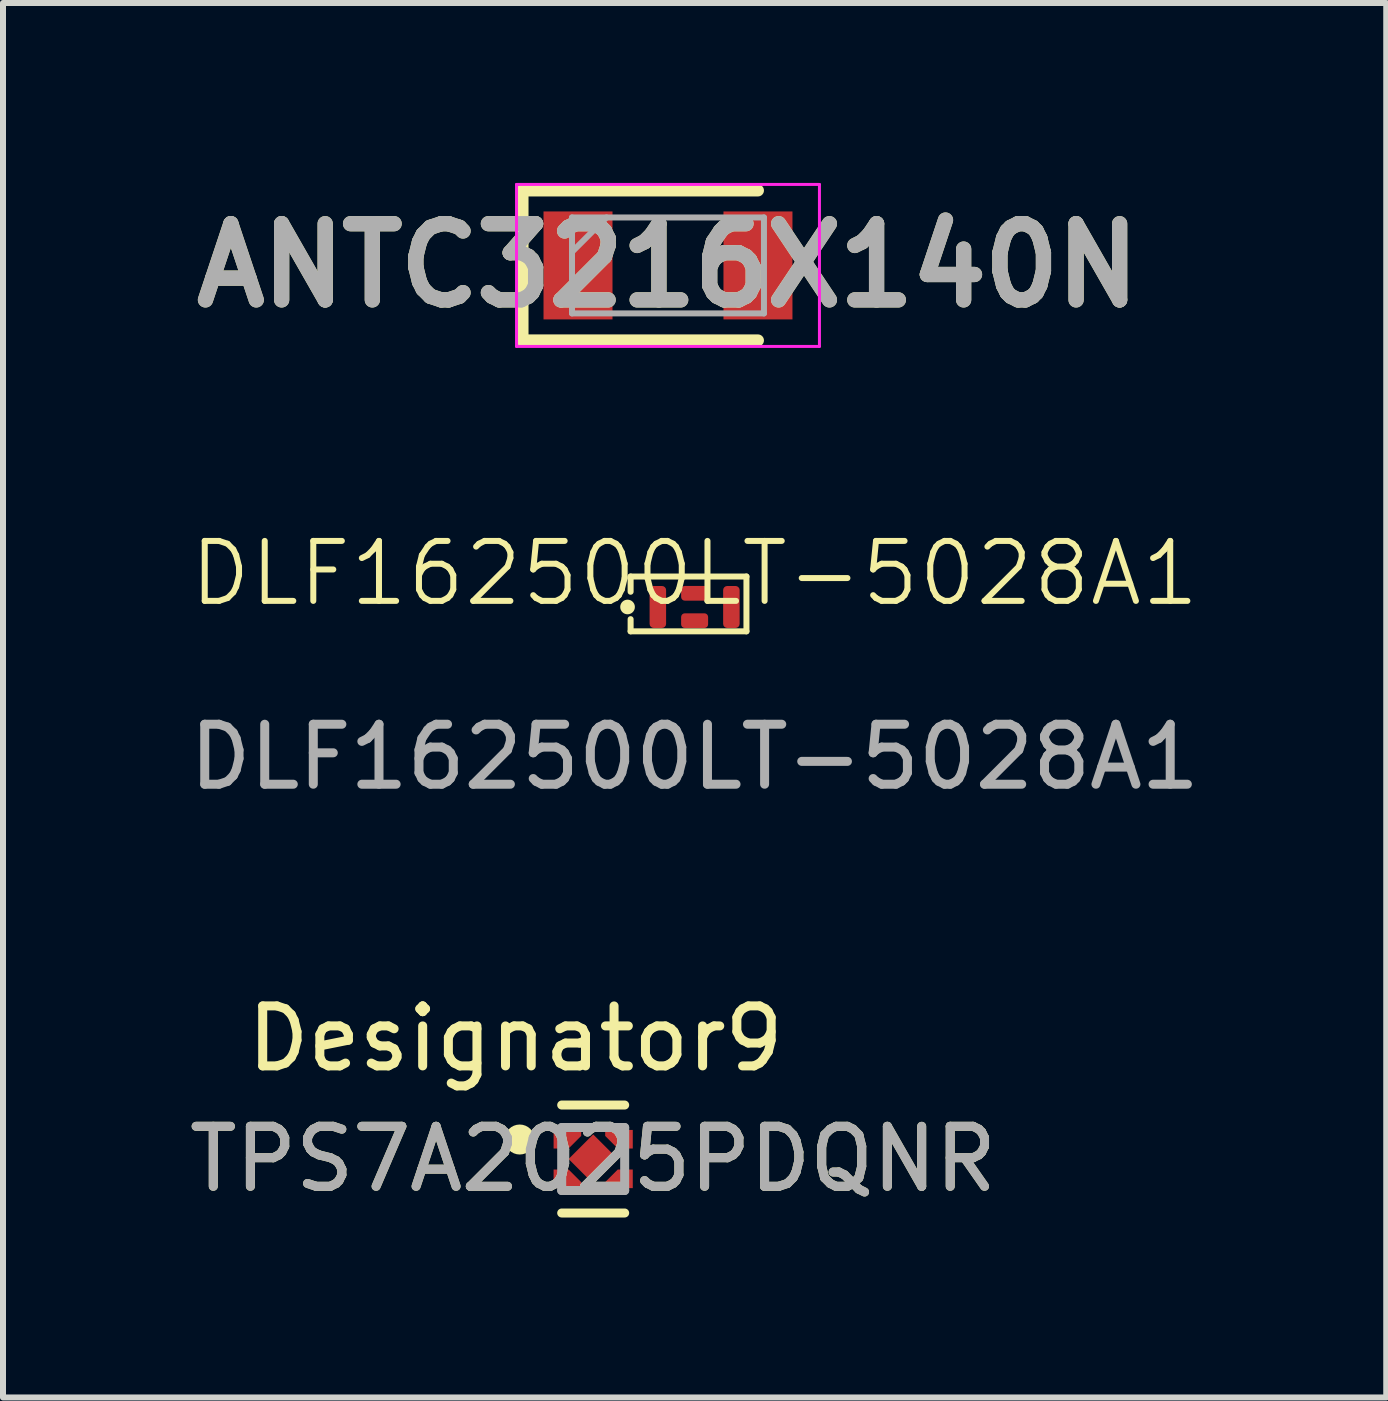
<source format=kicad_pcb>
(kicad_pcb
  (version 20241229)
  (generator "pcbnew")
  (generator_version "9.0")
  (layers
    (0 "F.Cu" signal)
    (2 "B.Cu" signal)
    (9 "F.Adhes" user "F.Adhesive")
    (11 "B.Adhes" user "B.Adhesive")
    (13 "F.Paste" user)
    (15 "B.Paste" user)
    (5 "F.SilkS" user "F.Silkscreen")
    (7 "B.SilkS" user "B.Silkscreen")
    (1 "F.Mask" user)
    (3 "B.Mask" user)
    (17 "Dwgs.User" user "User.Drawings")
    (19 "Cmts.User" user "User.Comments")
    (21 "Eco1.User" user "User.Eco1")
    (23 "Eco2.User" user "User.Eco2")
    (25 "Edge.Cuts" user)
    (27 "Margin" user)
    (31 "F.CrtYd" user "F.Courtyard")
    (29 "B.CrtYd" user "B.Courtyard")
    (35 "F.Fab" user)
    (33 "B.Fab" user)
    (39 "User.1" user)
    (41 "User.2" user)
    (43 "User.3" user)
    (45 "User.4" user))
  (footprint "DLF162500LT-5028A1"
    (layer "F.Cu")
    (at 8.53 7.069)
    (property "Reference" "DLF162500LT-5028A1" (at 0 -0.559 0) (unlocked yes) (layer "F.SilkS") (effects (font (size 1 1) (thickness 0.1))))
    (attr smd)
    (fp_line (start -1.067 -0.508) (end 0.864 -0.508) (stroke (width 0.1) (type default)) (layer "F.SilkS"))
    (fp_line (start -1.067 -0.254) (end -1.067 -0.508) (stroke (width 0.1) (type default)) (layer "F.SilkS"))
    (fp_line (start -1.067 0.406) (end -1.067 0.203) (stroke (width 0.1) (type default)) (layer "F.SilkS"))
    (fp_line (start 0.864 -0.508) (end 0.864 0.406) (stroke (width 0.1) (type default)) (layer "F.SilkS"))
    (fp_line (start 0.864 0.406) (end -1.067 0.406) (stroke (width 0.1) (type default)) (layer "F.SilkS"))
    (fp_circle (center -1.118 0) (end -1.046 0) (stroke (width 0.1) (type solid)) (fill yes) (layer "F.SilkS"))
    (fp_text user "${REFERENCE}" (at 0 2.5 0) (unlocked yes) (layer "F.Fab") (effects (font (size 1 1) (thickness 0.15))))
    (pad "1" smd roundrect (at -0.613 0) (size 0.275 0.7) (layers "F.Cu" "F.Mask" "F.Paste") (roundrect_rratio 0.25))
    (pad "2" smd roundrect (at 0 0.228) (size 0.45 0.245) (layers "F.Cu" "F.Mask" "F.Paste") (roundrect_rratio 0.25))
    (pad "3" smd roundrect (at 0.613 0) (size 0.275 0.7) (layers "F.Cu" "F.Mask" "F.Paste") (roundrect_rratio 0.25))
    (pad "4" smd roundrect (at 0 -0.228) (size 0.45 0.245) (layers "F.Cu" "F.Mask" "F.Paste") (roundrect_rratio 0.25)))
  (footprint "TPS7A2025PDQNR"
    (layer "F.Cu")
    (at 6.839 16.272)
    (property "Reference" "TPS7A2025PDQNR" (at 0 0 0) (unlocked yes) (layer "F.SilkS") (effects (font (size 1 1) (thickness 0.15))))
    (attr smd)
    (fp_poly (pts (xy -0.66 -0.485) (xy -0.2 -0.485) (xy -0.2 -0.385) (xy -0.41 -0.175) (xy -0.66 -0.175)) (stroke (width 0) (type solid)) (fill yes) (layer "F.Cu"))
    (fp_poly (pts (xy -0.66 0.485) (xy -0.2 0.485) (xy -0.2 0.385) (xy -0.41 0.175) (xy -0.66 0.175)) (stroke (width 0) (type solid)) (fill yes) (layer "F.Cu"))
    (fp_poly (pts (xy 0.66 -0.485) (xy 0.2 -0.485) (xy 0.2 -0.385) (xy 0.41 -0.175) (xy 0.66 -0.175)) (stroke (width 0) (type solid)) (fill yes) (layer "F.Cu"))
    (fp_poly (pts (xy 0.66 0.485) (xy 0.2 0.485) (xy 0.2 0.385) (xy 0.41 0.175) (xy 0.66 0.175)) (stroke (width 0) (type solid)) (fill yes) (layer "F.Cu"))
    (fp_poly (pts (xy -0.61 -0.435) (xy -0.25 -0.435) (xy -0.25 -0.405) (xy -0.43 -0.225) (xy -0.61 -0.225)) (stroke (width 0) (type solid)) (fill yes) (layer "F.Mask"))
    (fp_poly (pts (xy -0.61 0.435) (xy -0.25 0.435) (xy -0.25 0.405) (xy -0.43 0.225) (xy -0.61 0.225)) (stroke (width 0) (type solid)) (fill yes) (layer "F.Mask"))
    (fp_poly (pts (xy 0.61 -0.435) (xy 0.25 -0.435) (xy 0.25 -0.405) (xy 0.43 -0.225) (xy 0.61 -0.225)) (stroke (width 0) (type solid)) (fill yes) (layer "F.Mask"))
    (fp_poly (pts (xy 0.61 0.435) (xy 0.25 0.435) (xy 0.25 0.405) (xy 0.43 0.225) (xy 0.61 0.225)) (stroke (width 0) (type solid)) (fill yes) (layer "F.Mask"))
    (fp_poly (pts (xy -0.304 -0.035) (xy -0.035 -0.304) (xy 0.035 -0.304) (xy 0.304 -0.035) (xy 0.304 0.035) (xy 0.035 0.304) (xy -0.035 0.304) (xy -0.304 0.035)) (stroke (width 0) (type solid)) (fill yes) (layer "F.Mask"))
    (fp_line (start -0.525 -0.9) (end 0.525 -0.9) (stroke (width 0.15) (type solid)) (layer "F.SilkS"))
    (fp_line (start -0.525 0.9) (end 0.525 0.9) (stroke (width 0.15) (type solid)) (layer "F.SilkS"))
    (fp_circle (center -1.225 -0.325) (end -1.1 -0.325) (stroke (width 0.25) (type solid)) (fill no) (layer "F.SilkS"))
    (fp_poly (pts (xy -0.65 -0.435) (xy -0.25 -0.435) (xy -0.25 -0.405) (xy -0.43 -0.225) (xy -0.65 -0.225)) (stroke (width 0) (type solid)) (fill yes) (layer "F.Paste"))
    (fp_poly (pts (xy -0.65 0.435) (xy -0.25 0.435) (xy -0.25 0.405) (xy -0.43 0.225) (xy -0.65 0.225)) (stroke (width 0) (type solid)) (fill yes) (layer "F.Paste"))
    (fp_poly (pts (xy 0.65 -0.435) (xy 0.25 -0.435) (xy 0.25 -0.405) (xy 0.43 -0.225) (xy 0.65 -0.225)) (stroke (width 0) (type solid)) (fill yes) (layer "F.Paste"))
    (fp_poly (pts (xy 0.65 0.435) (xy 0.25 0.435) (xy 0.25 0.405) (xy 0.43 0.225) (xy 0.65 0.225)) (stroke (width 0) (type solid)) (fill yes) (layer "F.Paste"))
    (fp_poly (pts (xy 0.283 0.035) (xy 0.035 0.283) (xy -0.035 0.283) (xy -0.283 0.035) (xy -0.283 -0.035) (xy -0.035 -0.283) (xy 0.035 -0.283) (xy 0.283 -0.035)) (stroke (width 0) (type solid)) (fill yes) (layer "F.Paste"))
    (fp_line (start -0.525 -0.525) (end 0.525 -0.525) (stroke (width 0.15) (type solid)) (layer "F.Fab"))
    (fp_line (start -0.525 0.525) (end -0.525 -0.525) (stroke (width 0.15) (type solid)) (layer "F.Fab"))
    (fp_line (start -0.525 0.525) (end 0.525 0.525) (stroke (width 0.15) (type solid)) (layer "F.Fab"))
    (fp_line (start 0.525 0.525) (end 0.525 -0.525) (stroke (width 0.15) (type solid)) (layer "F.Fab"))
    (fp_text user "Designator9" (at -1.295 -2.007 0) (unlocked yes) (layer "F.SilkS") (effects (font (size 1 1) (thickness 0.15))))
    (fp_text user "${REFERENCE}" (at 0 0 0) (unlocked yes) (layer "F.Fab") (effects (font (size 1 1) (thickness 0.15))))
    (pad "1" smd circle (at -0.505 -0.33) (size 0.279 0.279) (layers "F.Cu"))
    (pad "2" smd circle (at -0.505 0.33) (size 0.279 0.279) (layers "F.Cu"))
    (pad "3" smd circle (at 0.459 0.346) (size 0.251 0.251) (layers "F.Cu"))
    (pad "4" smd circle (at 0.459 -0.346) (size 0.251 0.251) (layers "F.Cu"))
    (pad "5" smd rect (at 0 0 315) (size 0.58 0.58) (layers "F.Cu")))
  (footprint "ANTC3216X140N"
    (layer "F.Cu")
    (at 8.086 1.375)
    (property "Reference" "ANTC3216X140N" (at 0 0 0) (layer "F.SilkS") (effects (font (size 1.27 1.27) (thickness 0.254))))
    (attr smd)
    (fp_line (start -2.425 -1.25) (end -2.425 1.25) (stroke (width 0.2) (type solid)) (layer "F.SilkS"))
    (fp_line (start -2.425 1.25) (end 1.5 1.25) (stroke (width 0.2) (type solid)) (layer "F.SilkS"))
    (fp_line (start 1.5 -1.25) (end -2.425 -1.25) (stroke (width 0.2) (type solid)) (layer "F.SilkS"))
    (fp_line (start -2.525 -1.35) (end 2.525 -1.35) (stroke (width 0.05) (type solid)) (layer "F.CrtYd"))
    (fp_line (start -2.525 1.35) (end -2.525 -1.35) (stroke (width 0.05) (type solid)) (layer "F.CrtYd"))
    (fp_line (start 2.525 -1.35) (end 2.525 1.35) (stroke (width 0.05) (type solid)) (layer "F.CrtYd"))
    (fp_line (start 2.525 1.35) (end -2.525 1.35) (stroke (width 0.05) (type solid)) (layer "F.CrtYd"))
    (fp_line (start -1.6 -0.8) (end 1.6 -0.8) (stroke (width 0.1) (type solid)) (layer "F.Fab"))
    (fp_line (start -1.6 -0.225) (end -1.025 -0.8) (stroke (width 0.1) (type solid)) (layer "F.Fab"))
    (fp_line (start -1.6 0.8) (end -1.6 -0.8) (stroke (width 0.1) (type solid)) (layer "F.Fab"))
    (fp_line (start 1.6 -0.8) (end 1.6 0.8) (stroke (width 0.1) (type solid)) (layer "F.Fab"))
    (fp_line (start 1.6 0.8) (end -1.6 0.8) (stroke (width 0.1) (type solid)) (layer "F.Fab"))
    (fp_text user "${REFERENCE}" (at 0 0 0) (layer "F.Fab") (effects (font (size 1.27 1.27) (thickness 0.254))))
    (pad "1" smd rect (at -1.5 0) (size 1.15 1.8) (layers "F.Cu" "F.Mask" "F.Paste"))
    (pad "2" smd rect (at 1.5 0) (size 1.15 1.8) (layers "F.Cu" "F.Mask" "F.Paste")))
  (gr_rect
    (start -3 -3)
    (end 20.06 20.247)
    (stroke (width 0.1) (type default))
    (fill no)
    (layer "Edge.Cuts")))
</source>
